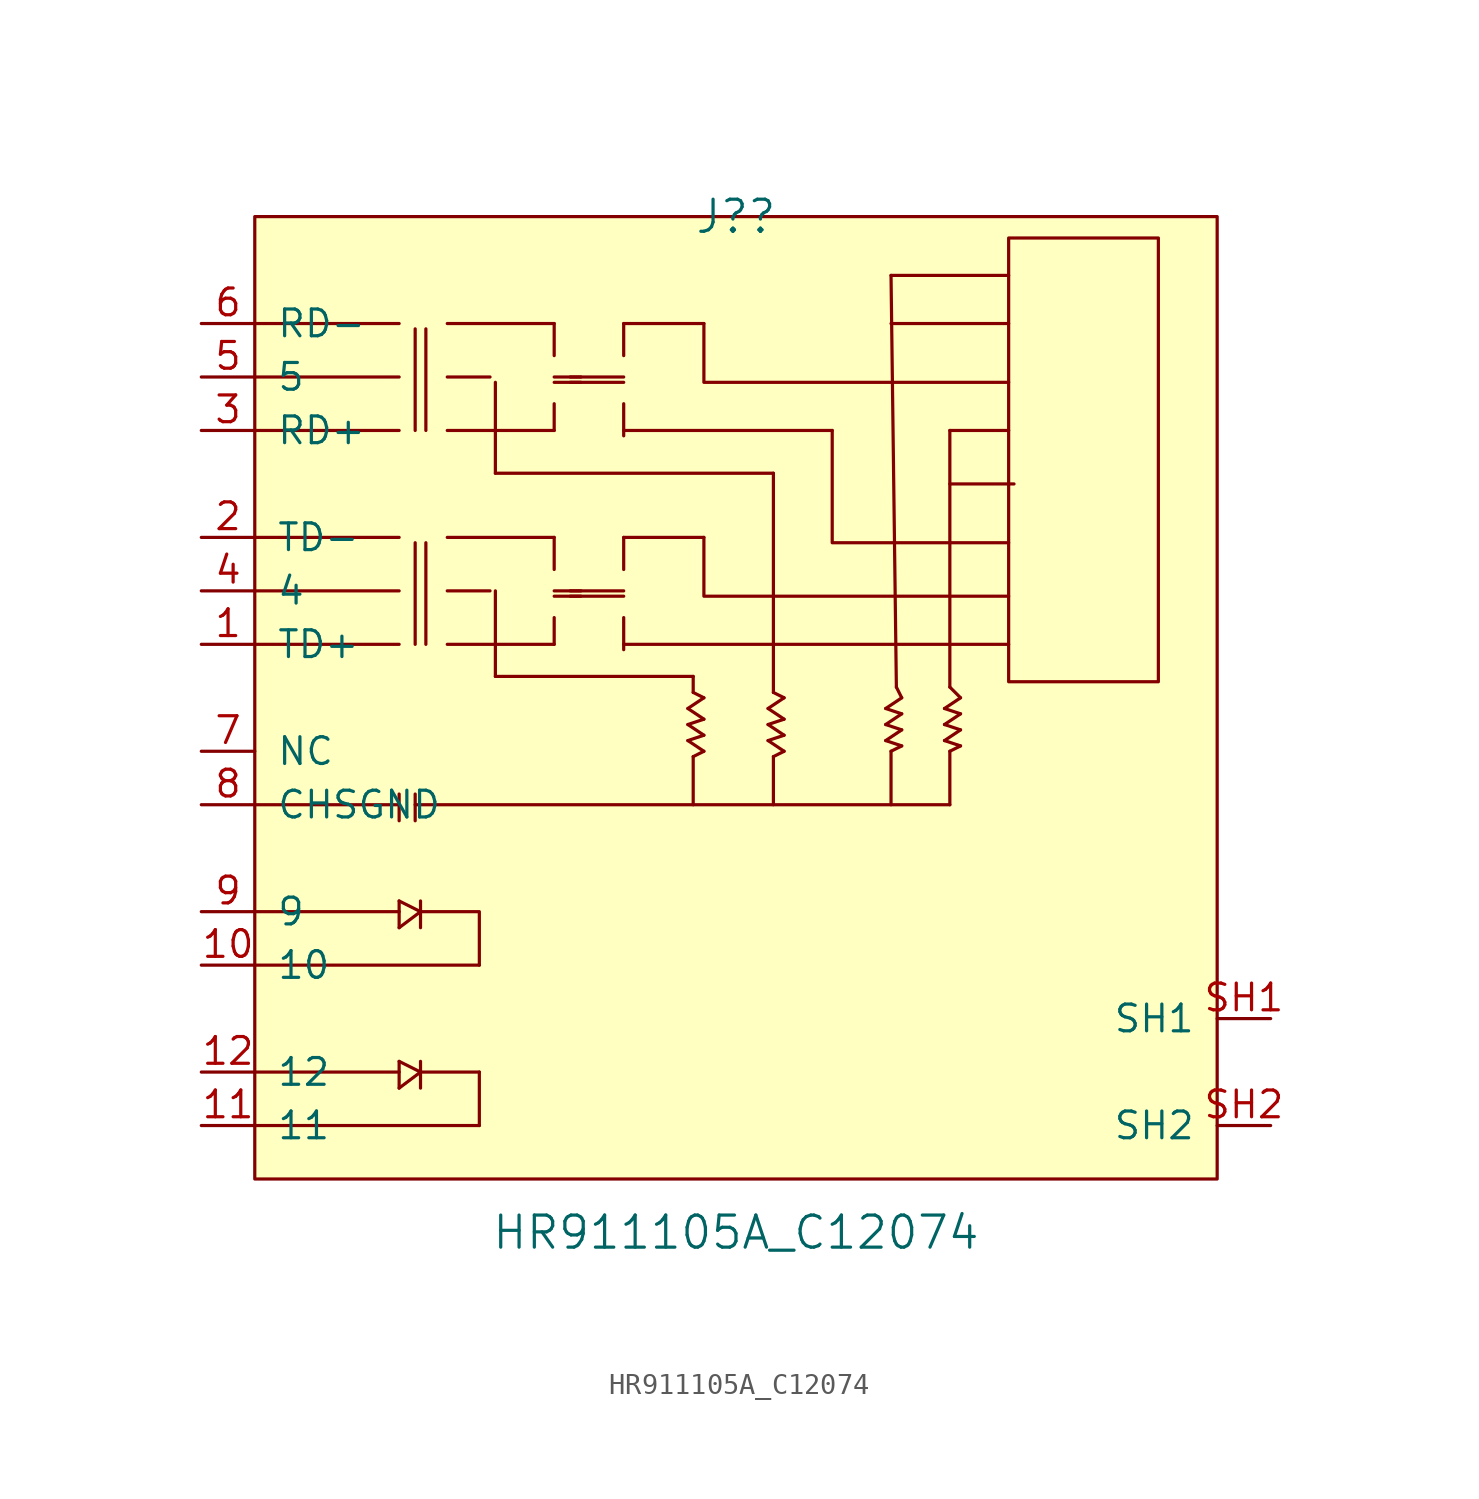
<source format=kicad_sym>
(kicad_symbol_lib
  (version 20211014)
  (generator kicad_symbol_editor)
  (symbol "HR911105A_C12074"
    (pin_names
      (offset 1.016))
    (property "Reference" "J?"
      (at 0 22.86 0)
      (effects (font (size 1.524 1.524))))
    (property "Value" "HR911105A_C12074"
      (at 0 -25.4 0)
      (effects (font (size 1.524 1.524))))
    (property "ki_locked" ""
      (at 0 0 0)
      (effects (font (size 1.27 1.27))))
    (symbol "HR911105A_C12074_1_1"
      (rectangle (start -22.86 22.86) (end 22.86 -22.86) (stroke (width 0) (type default) (color 0 0 0 0)) (fill (type background)))
      (polyline (pts (xy -16.002 -17.78) (xy -22.86 -17.78)) (stroke (width 0) (type default) (color 0 0 0 0)) (fill (type none)))
      (polyline (pts (xy -16.002 -17.272) (xy -16.002 -18.542)) (stroke (width 0) (type default) (color 0 0 0 0)) (fill (type none)))
      (polyline (pts (xy -16.002 -10.16) (xy -22.86 -10.16)) (stroke (width 0) (type default) (color 0 0 0 0)) (fill (type none)))
      (polyline (pts (xy -16.002 -9.652) (xy -16.002 -10.922)) (stroke (width 0) (type default) (color 0 0 0 0)) (fill (type none)))
      (polyline (pts (xy -16.002 -5.08) (xy -22.86 -5.08)) (stroke (width 0) (type default) (color 0 0 0 0)) (fill (type none)))
      (polyline (pts (xy -16.002 -4.572) (xy -16.002 -5.842)) (stroke (width 0) (type default) (color 0 0 0 0)) (fill (type none)))
      (polyline (pts (xy -16.002 2.54) (xy -22.86 2.54)) (stroke (width 0) (type default) (color 0 0 0 0)) (fill (type none)))
      (polyline (pts (xy -16.002 5.08) (xy -22.86 5.08)) (stroke (width 0) (type default) (color 0 0 0 0)) (fill (type none)))
      (polyline (pts (xy -16.002 7.62) (xy -22.86 7.62)) (stroke (width 0) (type default) (color 0 0 0 0)) (fill (type none)))
      (polyline (pts (xy -16.002 12.7) (xy -22.86 12.7)) (stroke (width 0) (type default) (color 0 0 0 0)) (fill (type none)))
      (polyline (pts (xy -16.002 15.24) (xy -22.86 15.24)) (stroke (width 0) (type default) (color 0 0 0 0)) (fill (type none)))
      (polyline (pts (xy -16.002 17.78) (xy -22.86 17.78)) (stroke (width 0) (type default) (color 0 0 0 0)) (fill (type none)))
      (polyline (pts (xy -15.24 -4.572) (xy -15.24 -5.842)) (stroke (width 0) (type default) (color 0 0 0 0)) (fill (type none)))
      (polyline (pts (xy -15.24 7.366) (xy -15.24 2.54)) (stroke (width 0) (type default) (color 0 0 0 0)) (fill (type none)))
      (polyline (pts (xy -15.24 17.526) (xy -15.24 12.7)) (stroke (width 0) (type default) (color 0 0 0 0)) (fill (type none)))
      (polyline (pts (xy -14.986 -17.78) (xy -16.002 -18.542)) (stroke (width 0) (type default) (color 0 0 0 0)) (fill (type none)))
      (polyline (pts (xy -14.986 -17.78) (xy -16.002 -17.272)) (stroke (width 0) (type default) (color 0 0 0 0)) (fill (type none)))
      (polyline (pts (xy -14.986 -17.78) (xy -12.192 -17.78)) (stroke (width 0) (type default) (color 0 0 0 0)) (fill (type none)))
      (polyline (pts (xy -14.986 -17.272) (xy -14.986 -18.542)) (stroke (width 0) (type default) (color 0 0 0 0)) (fill (type none)))
      (polyline (pts (xy -14.986 -10.16) (xy -16.002 -10.922)) (stroke (width 0) (type default) (color 0 0 0 0)) (fill (type none)))
      (polyline (pts (xy -14.986 -10.16) (xy -16.002 -9.652)) (stroke (width 0) (type default) (color 0 0 0 0)) (fill (type none)))
      (polyline (pts (xy -14.986 -9.652) (xy -14.986 -10.922)) (stroke (width 0) (type default) (color 0 0 0 0)) (fill (type none)))
      (polyline (pts (xy -14.732 7.366) (xy -14.732 2.54)) (stroke (width 0) (type default) (color 0 0 0 0)) (fill (type none)))
      (polyline (pts (xy -14.732 17.526) (xy -14.732 12.7)) (stroke (width 0) (type default) (color 0 0 0 0)) (fill (type none)))
      (polyline (pts (xy -13.716 2.54) (xy -8.636 2.54)) (stroke (width 0) (type default) (color 0 0 0 0)) (fill (type none)))
      (polyline (pts (xy -13.716 5.08) (xy -11.684 5.08)) (stroke (width 0) (type default) (color 0 0 0 0)) (fill (type none)))
      (polyline (pts (xy -13.716 7.62) (xy -8.636 7.62)) (stroke (width 0) (type default) (color 0 0 0 0)) (fill (type none)))
      (polyline (pts (xy -13.716 12.7) (xy -8.636 12.7)) (stroke (width 0) (type default) (color 0 0 0 0)) (fill (type none)))
      (polyline (pts (xy -13.716 15.24) (xy -11.684 15.24)) (stroke (width 0) (type default) (color 0 0 0 0)) (fill (type none)))
      (polyline (pts (xy -13.716 17.78) (xy -8.636 17.78)) (stroke (width 0) (type default) (color 0 0 0 0)) (fill (type none)))
      (polyline (pts (xy -12.192 -20.32) (xy -22.86 -20.32)) (stroke (width 0) (type default) (color 0 0 0 0)) (fill (type none)))
      (polyline (pts (xy -12.192 -17.78) (xy -12.192 -20.32)) (stroke (width 0) (type default) (color 0 0 0 0)) (fill (type none)))
      (polyline (pts (xy -12.192 -12.7) (xy -22.86 -12.7)) (stroke (width 0) (type default) (color 0 0 0 0)) (fill (type none)))
      (polyline (pts (xy -11.43 5.08) (xy -11.43 1.016)) (stroke (width 0) (type default) (color 0 0 0 0)) (fill (type none)))
      (polyline (pts (xy -11.43 10.668) (xy -11.43 14.986)) (stroke (width 0) (type default) (color 0 0 0 0)) (fill (type none)))
      (polyline (pts (xy -8.636 2.54) (xy -8.636 3.81)) (stroke (width 0) (type default) (color 0 0 0 0)) (fill (type none)))
      (polyline (pts (xy -8.636 4.826) (xy -7.366 4.826)) (stroke (width 0) (type default) (color 0 0 0 0)) (fill (type none)))
      (polyline (pts (xy -8.636 5.08) (xy -7.366 5.08)) (stroke (width 0) (type default) (color 0 0 0 0)) (fill (type none)))
      (polyline (pts (xy -8.636 6.096) (xy -8.636 7.62)) (stroke (width 0) (type default) (color 0 0 0 0)) (fill (type none)))
      (polyline (pts (xy -8.636 13.97) (xy -8.636 12.7)) (stroke (width 0) (type default) (color 0 0 0 0)) (fill (type none)))
      (polyline (pts (xy -8.636 14.986) (xy -7.366 14.986)) (stroke (width 0) (type default) (color 0 0 0 0)) (fill (type none)))
      (polyline (pts (xy -8.636 15.24) (xy -7.366 15.24)) (stroke (width 0) (type default) (color 0 0 0 0)) (fill (type none)))
      (polyline (pts (xy -8.636 17.78) (xy -8.636 16.256)) (stroke (width 0) (type default) (color 0 0 0 0)) (fill (type none)))
      (polyline (pts (xy -5.334 4.826) (xy -7.874 4.826)) (stroke (width 0) (type default) (color 0 0 0 0)) (fill (type none)))
      (polyline (pts (xy -5.334 5.08) (xy -7.874 5.08)) (stroke (width 0) (type default) (color 0 0 0 0)) (fill (type none)))
      (polyline (pts (xy -5.334 6.096) (xy -5.334 7.62)) (stroke (width 0) (type default) (color 0 0 0 0)) (fill (type none)))
      (polyline (pts (xy -5.334 7.62) (xy -1.524 7.62)) (stroke (width 0) (type default) (color 0 0 0 0)) (fill (type none)))
      (polyline (pts (xy -5.334 14.986) (xy -7.874 14.986)) (stroke (width 0) (type default) (color 0 0 0 0)) (fill (type none)))
      (polyline (pts (xy -5.334 15.24) (xy -7.874 15.24)) (stroke (width 0) (type default) (color 0 0 0 0)) (fill (type none)))
      (polyline (pts (xy -5.334 16.256) (xy -5.334 17.78)) (stroke (width 0) (type default) (color 0 0 0 0)) (fill (type none)))
      (polyline (pts (xy -5.334 17.78) (xy -1.524 17.78)) (stroke (width 0) (type default) (color 0 0 0 0)) (fill (type none)))
      (polyline (pts (xy -2.032 -2.794) (xy -2.032 -5.08)) (stroke (width 0) (type default) (color 0 0 0 0)) (fill (type none)))
      (polyline (pts (xy -2.032 1.016) (xy -11.43 1.016)) (stroke (width 0) (type default) (color 0 0 0 0)) (fill (type none)))
      (polyline (pts (xy -2.032 1.016) (xy -2.032 0.254)) (stroke (width 0) (type default) (color 0 0 0 0)) (fill (type none)))
      (polyline (pts (xy -1.524 -2.54) (xy -2.286 -2.032)) (stroke (width 0) (type default) (color 0 0 0 0)) (fill (type none)))
      (polyline (pts (xy -1.524 -2.54) (xy -2.032 -2.794)) (stroke (width 0) (type default) (color 0 0 0 0)) (fill (type none)))
      (polyline (pts (xy -1.524 -1.778) (xy -2.286 -2.032)) (stroke (width 0) (type default) (color 0 0 0 0)) (fill (type none)))
      (polyline (pts (xy -1.524 -1.778) (xy -2.286 -1.27)) (stroke (width 0) (type default) (color 0 0 0 0)) (fill (type none)))
      (polyline (pts (xy -1.524 -1.016) (xy -2.286 -1.27)) (stroke (width 0) (type default) (color 0 0 0 0)) (fill (type none)))
      (polyline (pts (xy -1.524 -1.016) (xy -2.286 -0.508)) (stroke (width 0) (type default) (color 0 0 0 0)) (fill (type none)))
      (polyline (pts (xy -1.524 0) (xy -2.286 -0.508)) (stroke (width 0) (type default) (color 0 0 0 0)) (fill (type none)))
      (polyline (pts (xy -1.524 0) (xy -2.032 0.254)) (stroke (width 0) (type default) (color 0 0 0 0)) (fill (type none)))
      (polyline (pts (xy 1.778 -2.794) (xy 1.778 -5.08)) (stroke (width 0) (type default) (color 0 0 0 0)) (fill (type none)))
      (polyline (pts (xy 1.778 0.254) (xy 1.778 10.668)) (stroke (width 0) (type default) (color 0 0 0 0)) (fill (type none)))
      (polyline (pts (xy 1.778 10.668) (xy -11.43 10.668)) (stroke (width 0) (type default) (color 0 0 0 0)) (fill (type none)))
      (polyline (pts (xy 2.286 -2.54) (xy 1.524 -2.032)) (stroke (width 0) (type default) (color 0 0 0 0)) (fill (type none)))
      (polyline (pts (xy 2.286 -2.54) (xy 1.778 -2.794)) (stroke (width 0) (type default) (color 0 0 0 0)) (fill (type none)))
      (polyline (pts (xy 2.286 -1.778) (xy 1.524 -2.032)) (stroke (width 0) (type default) (color 0 0 0 0)) (fill (type none)))
      (polyline (pts (xy 2.286 -1.778) (xy 1.524 -1.27)) (stroke (width 0) (type default) (color 0 0 0 0)) (fill (type none)))
      (polyline (pts (xy 2.286 -1.016) (xy 1.524 -1.27)) (stroke (width 0) (type default) (color 0 0 0 0)) (fill (type none)))
      (polyline (pts (xy 2.286 -1.016) (xy 1.524 -0.508)) (stroke (width 0) (type default) (color 0 0 0 0)) (fill (type none)))
      (polyline (pts (xy 2.286 0) (xy 1.524 -0.508)) (stroke (width 0) (type default) (color 0 0 0 0)) (fill (type none)))
      (polyline (pts (xy 2.286 0) (xy 1.778 0.254)) (stroke (width 0) (type default) (color 0 0 0 0)) (fill (type none)))
      (polyline (pts (xy 4.572 12.7) (xy -5.334 12.7)) (stroke (width 0) (type default) (color 0 0 0 0)) (fill (type none)))
      (polyline (pts (xy 7.366 -2.54) (xy 7.366 -5.08)) (stroke (width 0) (type default) (color 0 0 0 0)) (fill (type none)))
      (polyline (pts (xy 7.62 0.508) (xy 7.366 20.066)) (stroke (width 0) (type default) (color 0 0 0 0)) (fill (type none)))
      (polyline (pts (xy 7.874 -2.286) (xy 7.112 -2.032)) (stroke (width 0) (type default) (color 0 0 0 0)) (fill (type none)))
      (polyline (pts (xy 7.874 -2.286) (xy 7.366 -2.54)) (stroke (width 0) (type default) (color 0 0 0 0)) (fill (type none)))
      (polyline (pts (xy 7.874 -1.524) (xy 7.112 -2.032)) (stroke (width 0) (type default) (color 0 0 0 0)) (fill (type none)))
      (polyline (pts (xy 7.874 -1.524) (xy 7.112 -1.27)) (stroke (width 0) (type default) (color 0 0 0 0)) (fill (type none)))
      (polyline (pts (xy 7.874 -0.762) (xy 7.112 -1.27)) (stroke (width 0) (type default) (color 0 0 0 0)) (fill (type none)))
      (polyline (pts (xy 7.874 -0.762) (xy 7.112 -0.508)) (stroke (width 0) (type default) (color 0 0 0 0)) (fill (type none)))
      (polyline (pts (xy 7.874 0) (xy 7.112 -0.508)) (stroke (width 0) (type default) (color 0 0 0 0)) (fill (type none)))
      (polyline (pts (xy 7.874 0) (xy 7.62 0.508)) (stroke (width 0) (type default) (color 0 0 0 0)) (fill (type none)))
      (polyline (pts (xy 10.16 -5.08) (xy -15.24 -5.08)) (stroke (width 0) (type default) (color 0 0 0 0)) (fill (type none)))
      (polyline (pts (xy 10.16 -2.54) (xy 10.16 -5.08)) (stroke (width 0) (type default) (color 0 0 0 0)) (fill (type none)))
      (polyline (pts (xy 10.16 0.508) (xy 10.16 12.7)) (stroke (width 0) (type default) (color 0 0 0 0)) (fill (type none)))
      (polyline (pts (xy 10.16 12.7) (xy 12.954 12.7)) (stroke (width 0) (type default) (color 0 0 0 0)) (fill (type none)))
      (polyline (pts (xy 10.668 -2.286) (xy 9.906 -2.032)) (stroke (width 0) (type default) (color 0 0 0 0)) (fill (type none)))
      (polyline (pts (xy 10.668 -2.286) (xy 10.16 -2.54)) (stroke (width 0) (type default) (color 0 0 0 0)) (fill (type none)))
      (polyline (pts (xy 10.668 -1.524) (xy 9.906 -2.032)) (stroke (width 0) (type default) (color 0 0 0 0)) (fill (type none)))
      (polyline (pts (xy 10.668 -1.524) (xy 9.906 -1.27)) (stroke (width 0) (type default) (color 0 0 0 0)) (fill (type none)))
      (polyline (pts (xy 10.668 -0.762) (xy 9.906 -1.27)) (stroke (width 0) (type default) (color 0 0 0 0)) (fill (type none)))
      (polyline (pts (xy 10.668 -0.762) (xy 9.906 -0.508)) (stroke (width 0) (type default) (color 0 0 0 0)) (fill (type none)))
      (polyline (pts (xy 10.668 0) (xy 9.906 -0.508)) (stroke (width 0) (type default) (color 0 0 0 0)) (fill (type none)))
      (polyline (pts (xy 10.668 0) (xy 10.16 0.508)) (stroke (width 0) (type default) (color 0 0 0 0)) (fill (type none)))
      (polyline (pts (xy 12.954 2.54) (xy -5.334 2.54)) (stroke (width 0) (type default) (color 0 0 0 0)) (fill (type none)))
      (polyline (pts (xy 12.954 17.78) (xy 7.366 17.78)) (stroke (width 0) (type default) (color 0 0 0 0)) (fill (type none)))
      (polyline (pts (xy 12.954 20.066) (xy 7.366 20.066)) (stroke (width 0) (type default) (color 0 0 0 0)) (fill (type none)))
      (polyline (pts (xy 13.208 10.16) (xy 10.16 10.16)) (stroke (width 0) (type default) (color 0 0 0 0)) (fill (type none)))
      (polyline (pts (xy -14.986 -10.16) (xy -12.192 -10.16) (xy -12.192 -12.7)) (stroke (width 0) (type default) (color 0 0 0 0)) (fill (type none)))
      (polyline (pts (xy -5.334 3.81) (xy -5.334 2.54) (xy -5.334 2.286)) (stroke (width 0) (type default) (color 0 0 0 0)) (fill (type none)))
      (polyline (pts (xy -5.334 13.97) (xy -5.334 12.7) (xy -5.334 12.446)) (stroke (width 0) (type default) (color 0 0 0 0)) (fill (type none)))
      (polyline (pts (xy 12.954 4.826) (xy -1.524 4.826) (xy -1.524 7.62)) (stroke (width 0) (type default) (color 0 0 0 0)) (fill (type none)))
      (polyline (pts (xy 12.954 7.366) (xy 4.572 7.366) (xy 4.572 12.7)) (stroke (width 0) (type default) (color 0 0 0 0)) (fill (type none)))
      (polyline (pts (xy 12.954 14.986) (xy -1.524 14.986) (xy -1.524 17.78)) (stroke (width 0) (type default) (color 0 0 0 0)) (fill (type none)))
      (polyline (pts (xy 12.954 21.844) (xy 12.954 0.762) (xy 20.066 0.762) (xy 20.066 21.844) (xy 12.954 21.844)) (stroke (width 0) (type default) (color 0 0 0 0)) (fill (type background)))
      (pin unspecified line (at -25.4 2.54 0) (length 2.54) (name "TD+" (effects (font (size 1.27 1.27)))) (number "1" (effects (font (size 1.27 1.27)))))
      (pin unspecified line (at -25.4 -12.7 0) (length 2.54) (name "10" (effects (font (size 1.27 1.27)))) (number "10" (effects (font (size 1.27 1.27)))))
      (pin unspecified line (at -25.4 -20.32 0) (length 2.54) (name "11" (effects (font (size 1.27 1.27)))) (number "11" (effects (font (size 1.27 1.27)))))
      (pin unspecified line (at -25.4 -17.78 0) (length 2.54) (name "12" (effects (font (size 1.27 1.27)))) (number "12" (effects (font (size 1.27 1.27)))))
      (pin unspecified line (at -25.4 7.62 0) (length 2.54) (name "TD-" (effects (font (size 1.27 1.27)))) (number "2" (effects (font (size 1.27 1.27)))))
      (pin unspecified line (at -25.4 12.7 0) (length 2.54) (name "RD+" (effects (font (size 1.27 1.27)))) (number "3" (effects (font (size 1.27 1.27)))))
      (pin unspecified line (at -25.4 5.08 0) (length 2.54) (name "4" (effects (font (size 1.27 1.27)))) (number "4" (effects (font (size 1.27 1.27)))))
      (pin unspecified line (at -25.4 15.24 0) (length 2.54) (name "5" (effects (font (size 1.27 1.27)))) (number "5" (effects (font (size 1.27 1.27)))))
      (pin unspecified line (at -25.4 17.78 0) (length 2.54) (name "RD-" (effects (font (size 1.27 1.27)))) (number "6" (effects (font (size 1.27 1.27)))))
      (pin unspecified line (at -25.4 -2.54 0) (length 2.54) (name "NC" (effects (font (size 1.27 1.27)))) (number "7" (effects (font (size 1.27 1.27)))))
      (pin unspecified line (at -25.4 -5.08 0) (length 2.54) (name "CHSGND" (effects (font (size 1.27 1.27)))) (number "8" (effects (font (size 1.27 1.27)))))
      (pin unspecified line (at -25.4 -10.16 0) (length 2.54) (name "9" (effects (font (size 1.27 1.27)))) (number "9" (effects (font (size 1.27 1.27)))))
      (pin unspecified line (at 25.4 -15.24 180) (length 2.54) (name "SH1" (effects (font (size 1.27 1.27)))) (number "SH1" (effects (font (size 1.27 1.27)))))
      (pin unspecified line (at 25.4 -20.32 180) (length 2.54) (name "SH2" (effects (font (size 1.27 1.27)))) (number "SH2" (effects (font (size 1.27 1.27))))))))
</source>
